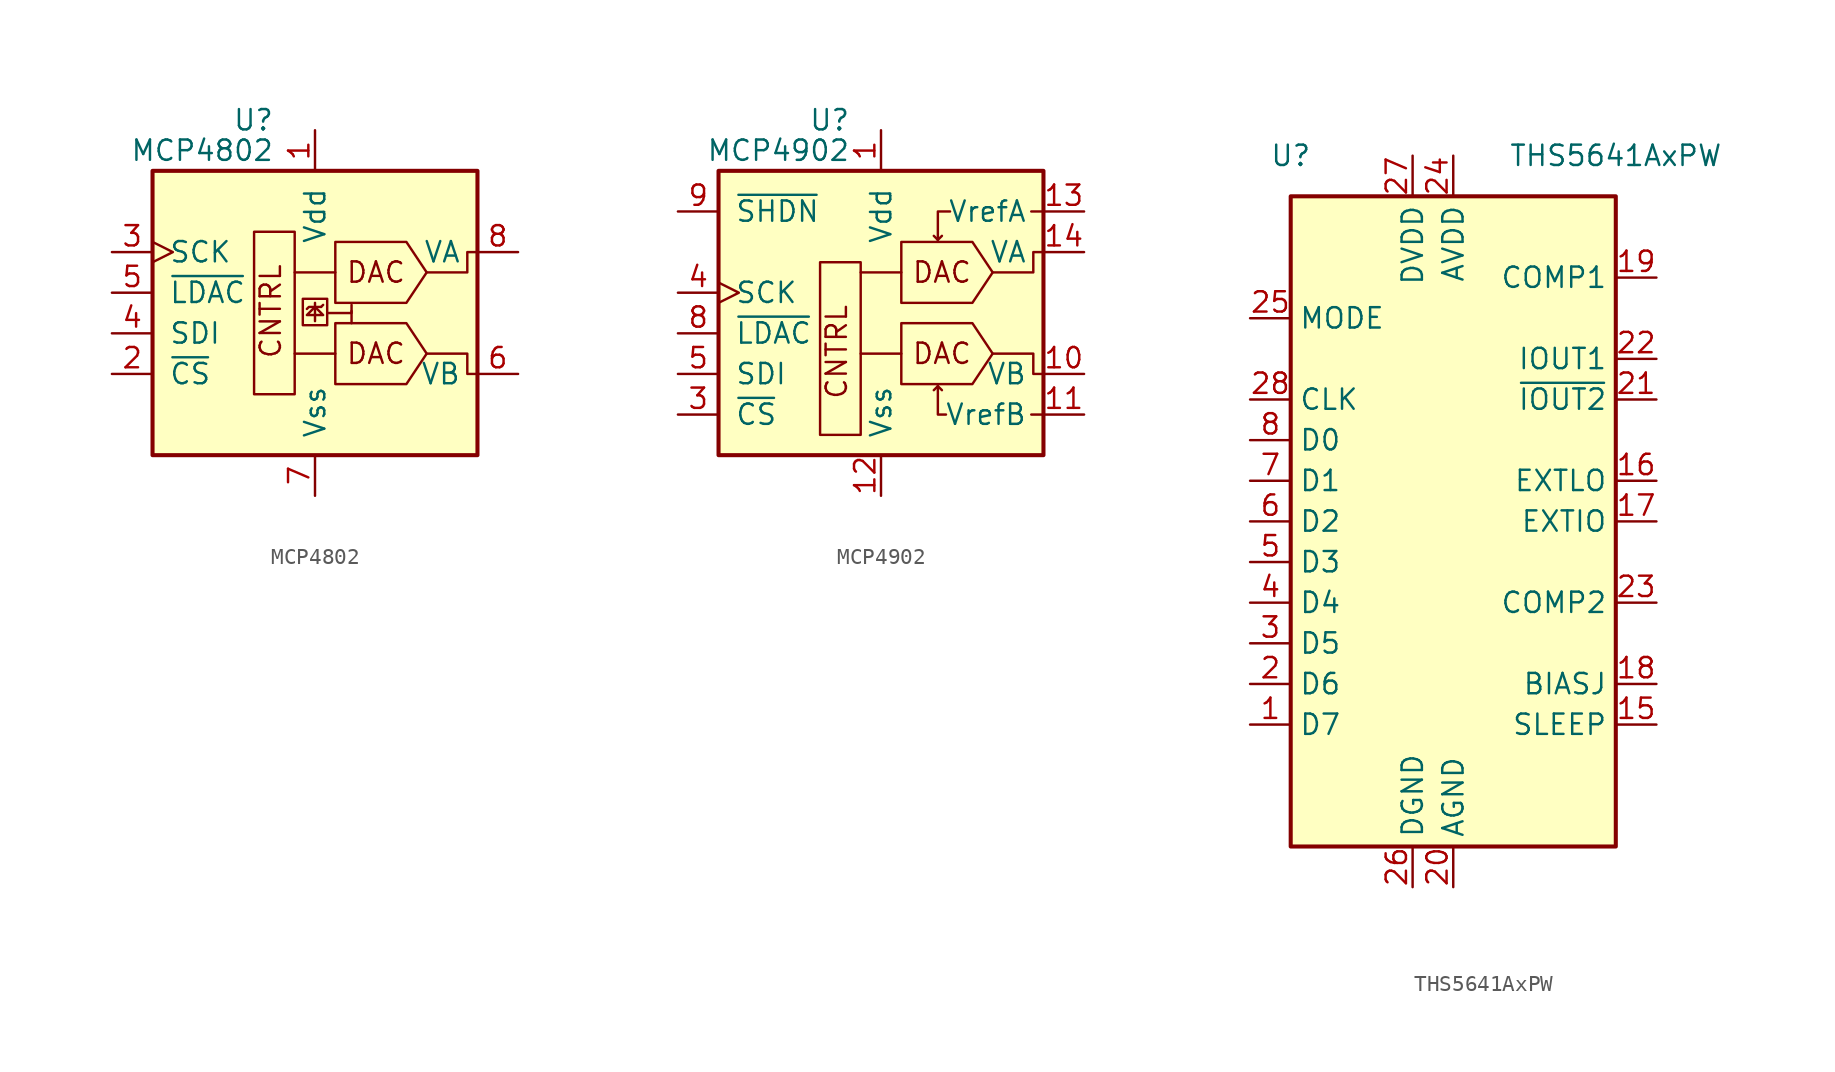
<source format=kicad_sym>
(kicad_symbol_lib
  (version 20220914)
  (generator kicad_symbol_editor)
  (symbol "MCP4802"
    (pin_names
      (offset 1.016))
    (property "Reference" "U"
      (at -2.54 10.795 0)
      (effects (font (size 1.27 1.27)) (justify right)))
    (property "Value" "MCP4802"
      (at -2.54 8.89 0)
      (effects (font (size 1.27 1.27)) (justify right)))
    (symbol "MCP4802_0_0"
      (polyline (pts (xy 0 -1.778) (xy 0 -0.635)) (stroke (width 0) (type default)) (fill (type none)))
      (polyline (pts (xy 0.381 -0.889) (xy 0.508 -0.762)) (stroke (width 0) (type default)) (fill (type none)))
      (polyline (pts (xy 2.286 -1.143) (xy 2.286 -1.905)) (stroke (width 0) (type default)) (fill (type none)))
      (polyline (pts (xy 0.381 -0.889) (xy -0.381 -0.889) (xy -0.508 -1.016)) (stroke (width 0) (type default)) (fill (type none)))
      (polyline (pts (xy 0.762 -1.27) (xy 2.286 -1.27) (xy 2.286 -0.762)) (stroke (width 0) (type default)) (fill (type none)))
      (polyline (pts (xy 0 -0.889) (xy 0.508 -1.397) (xy -0.508 -1.397) (xy 0 -0.889)) (stroke (width 0) (type default)) (fill (type none)))
      (polyline (pts (xy 6.985 -3.81) (xy 9.525 -3.81) (xy 9.525 -5.08) (xy 10.16 -5.08)) (stroke (width 0) (type default)) (fill (type none)))
      (polyline (pts (xy 6.985 1.27) (xy 9.525 1.27) (xy 9.525 2.54) (xy 10.16 2.54)) (stroke (width 0) (type default)) (fill (type none)))
      (rectangle (start 0.762 -0.381) (end -0.762 -2.032) (stroke (width 0) (type default)) (fill (type none)))
      (text "CNTRL" (at -2.032 -4.191 900) (effects (font (size 1.27 1.27)) (justify left bottom)))
      (text "DAC" (at 3.81 -3.81 0) (effects (font (size 1.27 1.27))))
      (text "DAC" (at 3.81 1.27 0) (effects (font (size 1.27 1.27)))))
    (symbol "MCP4802_0_1"
      (rectangle (start -10.16 7.62) (end 10.16 -10.16) (stroke (width 0.254) (type default)) (fill (type background)))
      (rectangle (start -1.27 -6.35) (end -3.81 3.81) (stroke (width 0) (type default)) (fill (type none)))
      (polyline (pts (xy 1.27 -3.81) (xy -1.27 -3.81)) (stroke (width 0) (type default)) (fill (type none)))
      (polyline (pts (xy 1.27 1.27) (xy -1.27 1.27)) (stroke (width 0) (type default)) (fill (type none)))
      (polyline (pts (xy 6.985 -3.81) (xy 5.715 -1.905) (xy 1.27 -1.905) (xy 1.27 -5.715) (xy 5.715 -5.715) (xy 6.985 -3.81)) (stroke (width 0) (type default)) (fill (type none)))
      (polyline (pts (xy 6.985 1.27) (xy 5.715 3.175) (xy 1.27 3.175) (xy 1.27 -0.635) (xy 5.715 -0.635) (xy 6.985 1.27)) (stroke (width 0) (type default)) (fill (type none))))
    (symbol "MCP4802_1_1"
      (pin power_in line (at 0 10.16 270) (length 2.54) (name "Vdd" (effects (font (size 1.27 1.27)))) (number "1" (effects (font (size 1.27 1.27)))))
      (pin input line (at -12.7 -5.08 0) (length 2.54) (name "~{CS}" (effects (font (size 1.27 1.27)))) (number "2" (effects (font (size 1.27 1.27)))))
      (pin input clock (at -12.7 2.54 0) (length 2.54) (name "SCK" (effects (font (size 1.27 1.27)))) (number "3" (effects (font (size 1.27 1.27)))))
      (pin input line (at -12.7 -2.54 0) (length 2.54) (name "SDI" (effects (font (size 1.27 1.27)))) (number "4" (effects (font (size 1.27 1.27)))))
      (pin input line (at -12.7 0 0) (length 2.54) (name "~{LDAC}" (effects (font (size 1.27 1.27)))) (number "5" (effects (font (size 1.27 1.27)))))
      (pin output line (at 12.7 -5.08 180) (length 2.54) (name "VB" (effects (font (size 1.27 1.27)))) (number "6" (effects (font (size 1.27 1.27)))))
      (pin power_in line (at 0 -12.7 90) (length 2.54) (name "Vss" (effects (font (size 1.27 1.27)))) (number "7" (effects (font (size 1.27 1.27)))))
      (pin output line (at 12.7 2.54 180) (length 2.54) (name "VA" (effects (font (size 1.27 1.27)))) (number "8" (effects (font (size 1.27 1.27)))))))
  (symbol "MCP4902"
    (pin_names
      (offset 1.016))
    (property "Reference" "U"
      (at -1.905 10.795 0)
      (effects (font (size 1.27 1.27)) (justify right)))
    (property "Value" "MCP4902"
      (at -1.905 8.89 0)
      (effects (font (size 1.27 1.27)) (justify right)))
    (symbol "MCP4902_0_0"
      (polyline (pts (xy 3.556 -5.842) (xy 3.302 -6.096)) (stroke (width 0) (type default)) (fill (type none)))
      (polyline (pts (xy 3.556 -5.842) (xy 3.81 -6.096)) (stroke (width 0) (type default)) (fill (type none)))
      (polyline (pts (xy 3.556 3.302) (xy 3.302 3.556)) (stroke (width 0) (type default)) (fill (type none)))
      (polyline (pts (xy 3.556 3.302) (xy 3.81 3.556)) (stroke (width 0) (type default)) (fill (type none)))
      (polyline (pts (xy 10.16 -7.62) (xy 9.398 -7.62)) (stroke (width 0) (type default)) (fill (type none)))
      (polyline (pts (xy 10.16 5.08) (xy 9.398 5.08)) (stroke (width 0) (type default)) (fill (type none)))
      (polyline (pts (xy 4.064 -7.62) (xy 3.556 -7.62) (xy 3.556 -5.842)) (stroke (width 0) (type default)) (fill (type none)))
      (polyline (pts (xy 4.318 5.08) (xy 3.556 5.08) (xy 3.556 3.302)) (stroke (width 0) (type default)) (fill (type none)))
      (polyline (pts (xy 6.985 -3.81) (xy 9.525 -3.81) (xy 9.525 -5.08) (xy 10.16 -5.08)) (stroke (width 0) (type default)) (fill (type none)))
      (polyline (pts (xy 6.985 1.27) (xy 9.525 1.27) (xy 9.525 2.54) (xy 10.16 2.54)) (stroke (width 0) (type default)) (fill (type none)))
      (text "CNTRL" (at -2.032 -6.731 900) (effects (font (size 1.27 1.27)) (justify left bottom)))
      (text "DAC" (at 3.81 -3.81 0) (effects (font (size 1.27 1.27))))
      (text "DAC" (at 3.81 1.27 0) (effects (font (size 1.27 1.27)))))
    (symbol "MCP4902_0_1"
      (rectangle (start -10.16 7.62) (end 10.16 -10.16) (stroke (width 0.254) (type default)) (fill (type background)))
      (rectangle (start -1.27 -8.89) (end -3.81 1.905) (stroke (width 0) (type default)) (fill (type none)))
      (polyline (pts (xy 1.27 -3.81) (xy -1.27 -3.81)) (stroke (width 0) (type default)) (fill (type none)))
      (polyline (pts (xy 1.27 1.27) (xy -1.27 1.27)) (stroke (width 0) (type default)) (fill (type none)))
      (polyline (pts (xy 6.985 -3.81) (xy 5.715 -1.905) (xy 1.27 -1.905) (xy 1.27 -5.715) (xy 5.715 -5.715) (xy 6.985 -3.81)) (stroke (width 0) (type default)) (fill (type none)))
      (polyline (pts (xy 6.985 1.27) (xy 5.715 3.175) (xy 1.27 3.175) (xy 1.27 -0.635) (xy 5.715 -0.635) (xy 6.985 1.27)) (stroke (width 0) (type default)) (fill (type none))))
    (symbol "MCP4902_1_1"
      (pin power_in line (at 0 10.16 270) (length 2.54) (name "Vdd" (effects (font (size 1.27 1.27)))) (number "1" (effects (font (size 1.27 1.27)))))
      (pin output line (at 12.7 -5.08 180) (length 2.54) (name "VB" (effects (font (size 1.27 1.27)))) (number "10" (effects (font (size 1.27 1.27)))))
      (pin input line (at 12.7 -7.62 180) (length 2.54) (name "VrefB" (effects (font (size 1.27 1.27)))) (number "11" (effects (font (size 1.27 1.27)))))
      (pin power_in line (at 0 -12.7 90) (length 2.54) (name "Vss" (effects (font (size 1.27 1.27)))) (number "12" (effects (font (size 1.27 1.27)))))
      (pin input line (at 12.7 5.08 180) (length 2.54) (name "VrefA" (effects (font (size 1.27 1.27)))) (number "13" (effects (font (size 1.27 1.27)))))
      (pin output line (at 12.7 2.54 180) (length 2.54) (name "VA" (effects (font (size 1.27 1.27)))) (number "14" (effects (font (size 1.27 1.27)))))
      (pin no_connect line (at -7.62 -10.16 90) (length 2.54) hide (name "NC" (effects (font (size 1.27 1.27)))) (number "2" (effects (font (size 1.27 1.27)))))
      (pin input line (at -12.7 -7.62 0) (length 2.54) (name "~{CS}" (effects (font (size 1.27 1.27)))) (number "3" (effects (font (size 1.27 1.27)))))
      (pin input clock (at -12.7 0 0) (length 2.54) (name "SCK" (effects (font (size 1.27 1.27)))) (number "4" (effects (font (size 1.27 1.27)))))
      (pin input line (at -12.7 -5.08 0) (length 2.54) (name "SDI" (effects (font (size 1.27 1.27)))) (number "5" (effects (font (size 1.27 1.27)))))
      (pin no_connect line (at -5.08 -10.16 90) (length 2.54) hide (name "NC" (effects (font (size 1.27 1.27)))) (number "6" (effects (font (size 1.27 1.27)))))
      (pin no_connect line (at -2.54 -10.16 90) (length 2.54) hide (name "NC" (effects (font (size 1.27 1.27)))) (number "7" (effects (font (size 1.27 1.27)))))
      (pin input line (at -12.7 -2.54 0) (length 2.54) (name "~{LDAC}" (effects (font (size 1.27 1.27)))) (number "8" (effects (font (size 1.27 1.27)))))
      (pin output line (at -12.7 5.08 0) (length 2.54) (name "~{SHDN}" (effects (font (size 1.27 1.27)))) (number "9" (effects (font (size 1.27 1.27)))))))
  (symbol "THS5641AxPW"
    (property "Reference" "U"
      (at -10.16 22.86 0)
      (effects (font (size 1.27 1.27))))
    (property "Value" "THS5641AxPW"
      (at 10.16 22.86 0)
      (effects (font (size 1.27 1.27))))
    (symbol "THS5641AxPW_0_1"
      (rectangle (start -10.16 20.32) (end 10.16 -20.32) (stroke (width 0.254) (type default)) (fill (type background))))
    (symbol "THS5641AxPW_1_1"
      (pin input line (at -12.7 -12.7 0) (length 2.54) (name "D7" (effects (font (size 1.27 1.27)))) (number "1" (effects (font (size 1.27 1.27)))))
      (pin no_connect line (at -10.16 -17.78 0) (length 2.54) hide (name "NC" (effects (font (size 1.27 1.27)))) (number "10" (effects (font (size 1.27 1.27)))))
      (pin no_connect line (at 10.16 -17.78 180) (length 2.54) hide (name "NC" (effects (font (size 1.27 1.27)))) (number "11" (effects (font (size 1.27 1.27)))))
      (pin no_connect line (at 10.16 -15.24 180) (length 2.54) hide (name "NC" (effects (font (size 1.27 1.27)))) (number "12" (effects (font (size 1.27 1.27)))))
      (pin no_connect line (at 10.16 12.7 180) (length 2.54) hide (name "NC" (effects (font (size 1.27 1.27)))) (number "13" (effects (font (size 1.27 1.27)))))
      (pin no_connect line (at 10.16 17.78 180) (length 2.54) hide (name "NC" (effects (font (size 1.27 1.27)))) (number "14" (effects (font (size 1.27 1.27)))))
      (pin input line (at 12.7 -12.7 180) (length 2.54) (name "SLEEP" (effects (font (size 1.27 1.27)))) (number "15" (effects (font (size 1.27 1.27)))))
      (pin bidirectional line (at 12.7 2.54 180) (length 2.54) (name "EXTLO" (effects (font (size 1.27 1.27)))) (number "16" (effects (font (size 1.27 1.27)))))
      (pin bidirectional line (at 12.7 0 180) (length 2.54) (name "EXTIO" (effects (font (size 1.27 1.27)))) (number "17" (effects (font (size 1.27 1.27)))))
      (pin passive line (at 12.7 -10.16 180) (length 2.54) (name "BIASJ" (effects (font (size 1.27 1.27)))) (number "18" (effects (font (size 1.27 1.27)))))
      (pin input line (at 12.7 15.24 180) (length 2.54) (name "COMP1" (effects (font (size 1.27 1.27)))) (number "19" (effects (font (size 1.27 1.27)))))
      (pin input line (at -12.7 -10.16 0) (length 2.54) (name "D6" (effects (font (size 1.27 1.27)))) (number "2" (effects (font (size 1.27 1.27)))))
      (pin power_in line (at 0 -22.86 90) (length 2.54) (name "AGND" (effects (font (size 1.27 1.27)))) (number "20" (effects (font (size 1.27 1.27)))))
      (pin output line (at 12.7 7.62 180) (length 2.54) (name "~{IOUT2}" (effects (font (size 1.27 1.27)))) (number "21" (effects (font (size 1.27 1.27)))))
      (pin output line (at 12.7 10.16 180) (length 2.54) (name "IOUT1" (effects (font (size 1.27 1.27)))) (number "22" (effects (font (size 1.27 1.27)))))
      (pin input line (at 12.7 -5.08 180) (length 2.54) (name "COMP2" (effects (font (size 1.27 1.27)))) (number "23" (effects (font (size 1.27 1.27)))))
      (pin power_in line (at 0 22.86 270) (length 2.54) (name "AVDD" (effects (font (size 1.27 1.27)))) (number "24" (effects (font (size 1.27 1.27)))))
      (pin input line (at -12.7 12.7 0) (length 2.54) (name "MODE" (effects (font (size 1.27 1.27)))) (number "25" (effects (font (size 1.27 1.27)))))
      (pin power_in line (at -2.54 -22.86 90) (length 2.54) (name "DGND" (effects (font (size 1.27 1.27)))) (number "26" (effects (font (size 1.27 1.27)))))
      (pin power_in line (at -2.54 22.86 270) (length 2.54) (name "DVDD" (effects (font (size 1.27 1.27)))) (number "27" (effects (font (size 1.27 1.27)))))
      (pin input line (at -12.7 7.62 0) (length 2.54) (name "CLK" (effects (font (size 1.27 1.27)))) (number "28" (effects (font (size 1.27 1.27)))))
      (pin input line (at -12.7 -7.62 0) (length 2.54) (name "D5" (effects (font (size 1.27 1.27)))) (number "3" (effects (font (size 1.27 1.27)))))
      (pin input line (at -12.7 -5.08 0) (length 2.54) (name "D4" (effects (font (size 1.27 1.27)))) (number "4" (effects (font (size 1.27 1.27)))))
      (pin input line (at -12.7 -2.54 0) (length 2.54) (name "D3" (effects (font (size 1.27 1.27)))) (number "5" (effects (font (size 1.27 1.27)))))
      (pin input line (at -12.7 0 0) (length 2.54) (name "D2" (effects (font (size 1.27 1.27)))) (number "6" (effects (font (size 1.27 1.27)))))
      (pin input line (at -12.7 2.54 0) (length 2.54) (name "D1" (effects (font (size 1.27 1.27)))) (number "7" (effects (font (size 1.27 1.27)))))
      (pin input line (at -12.7 5.08 0) (length 2.54) (name "D0" (effects (font (size 1.27 1.27)))) (number "8" (effects (font (size 1.27 1.27)))))
      (pin no_connect line (at -10.16 -15.24 0) (length 2.54) hide (name "NC" (effects (font (size 1.27 1.27)))) (number "9" (effects (font (size 1.27 1.27))))))))
</source>
